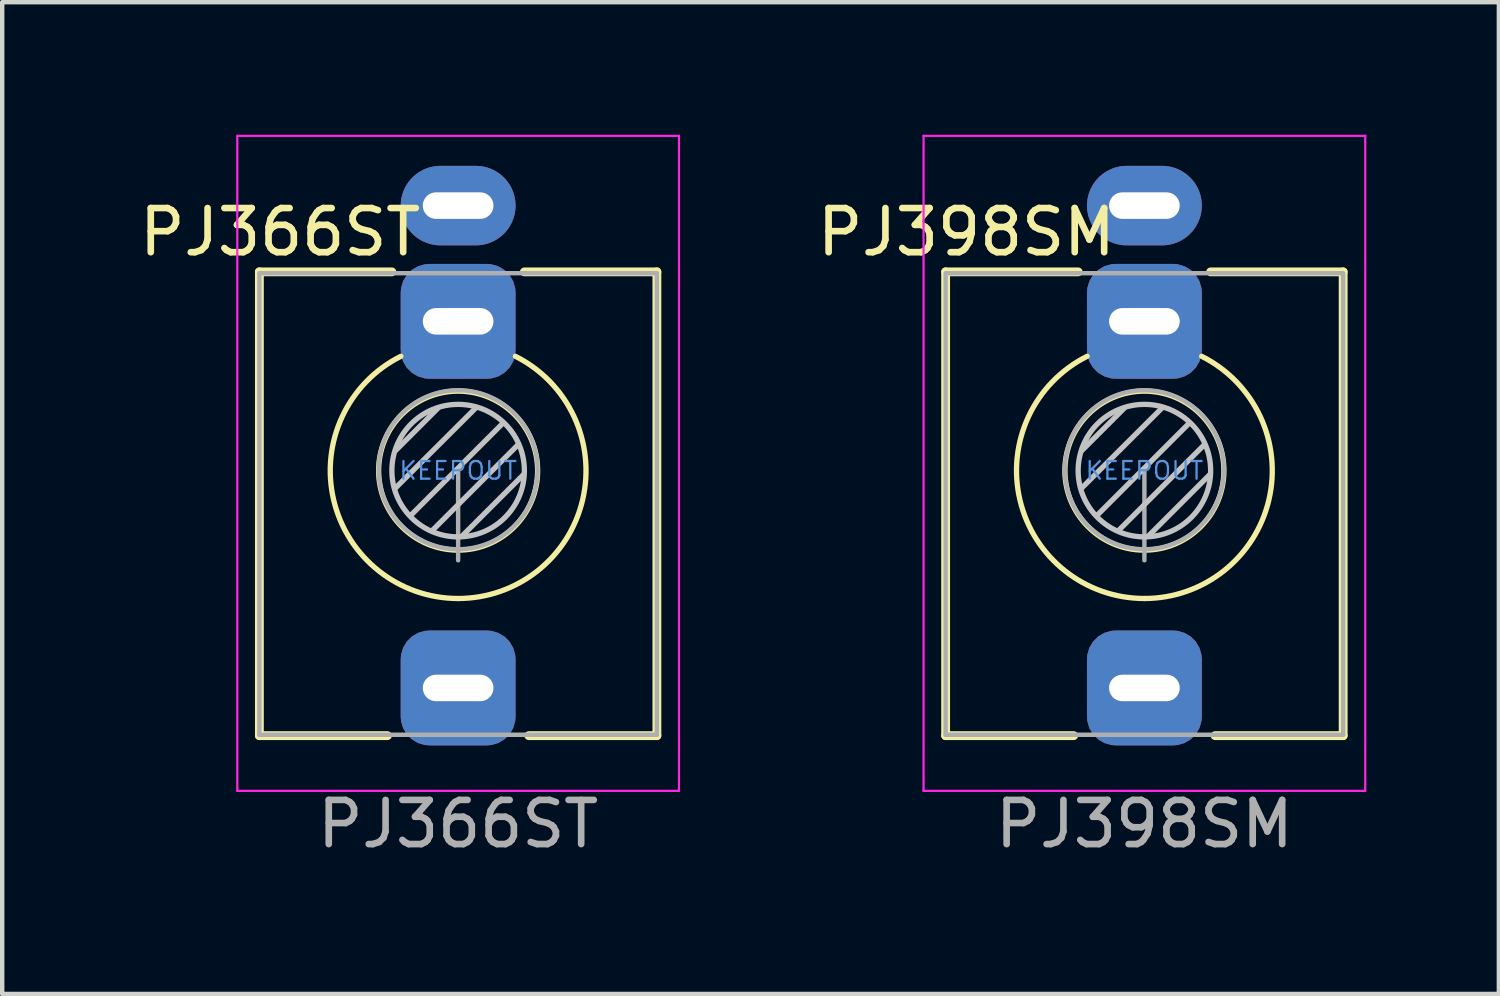
<source format=kicad_pcb>
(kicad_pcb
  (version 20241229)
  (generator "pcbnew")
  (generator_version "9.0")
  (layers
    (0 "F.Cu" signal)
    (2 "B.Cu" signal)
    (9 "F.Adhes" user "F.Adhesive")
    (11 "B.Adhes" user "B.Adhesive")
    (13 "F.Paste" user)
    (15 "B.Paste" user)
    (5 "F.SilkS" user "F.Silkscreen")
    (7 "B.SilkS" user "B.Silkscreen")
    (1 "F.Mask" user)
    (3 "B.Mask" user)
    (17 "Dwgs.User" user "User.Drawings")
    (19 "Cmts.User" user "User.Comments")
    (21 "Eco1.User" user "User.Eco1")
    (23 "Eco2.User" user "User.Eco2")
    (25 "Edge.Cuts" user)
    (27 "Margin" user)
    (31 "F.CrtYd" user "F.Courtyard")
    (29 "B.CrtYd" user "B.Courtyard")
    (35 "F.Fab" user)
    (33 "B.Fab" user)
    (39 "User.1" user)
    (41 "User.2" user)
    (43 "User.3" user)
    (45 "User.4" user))
  (footprint "PJ366ST"
    (layer "F.Cu")
    (at 7.322 7.605)
    (property "Reference" "PJ366ST" (at -4.03 -5.4 180) (layer "F.SilkS") (effects (font (size 1 1) (thickness 0.15))))
    (attr through_hole)
    (fp_line (start -4.5 -4.5) (end -4.5 6) (stroke (width 0.2) (type solid)) (layer "F.SilkS"))
    (fp_line (start -1.6 6) (end -4.5 6) (stroke (width 0.2) (type solid)) (layer "F.SilkS"))
    (fp_line (start -1.5 -4.5) (end -4.5 -4.5) (stroke (width 0.2) (type solid)) (layer "F.SilkS"))
    (fp_line (start 4.5 -4.5) (end 1.5 -4.5) (stroke (width 0.2) (type solid)) (layer "F.SilkS"))
    (fp_line (start 4.5 -4.5) (end 4.5 6) (stroke (width 0.2) (type solid)) (layer "F.SilkS"))
    (fp_line (start 4.5 6) (end 1.6 6) (stroke (width 0.2) (type solid)) (layer "F.SilkS"))
    (fp_arc (start 0 2.895) (mid -2.817353 0.665994) (end -1.296263 -2.588577) (stroke (width 0.12) (type solid)) (layer "F.SilkS"))
    (fp_arc (start 1.296263 -2.588577) (mid 2.817353 0.665994) (end 0 2.895) (stroke (width 0.12) (type solid)) (layer "F.SilkS"))
    (fp_circle (center 0 0) (end 1.8 0) (stroke (width 0.12) (type solid)) (fill no) (layer "F.SilkS"))
    (fp_line (start -1.42 0.395) (end 0.4 -1.42) (stroke (width 0.12) (type solid)) (layer "Dwgs.User"))
    (fp_line (start -1.41 -0.46) (end -0.46 -1.41) (stroke (width 0.12) (type solid)) (layer "Dwgs.User"))
    (fp_line (start -1.07 1.01) (end 1.01 -1.07) (stroke (width 0.12) (type solid)) (layer "Dwgs.User"))
    (fp_line (start -0.58 1.35) (end 1.36 -0.59) (stroke (width 0.12) (type solid)) (layer "Dwgs.User"))
    (fp_line (start 0.09 1.48) (end 1.48 0.09) (stroke (width 0.12) (type solid)) (layer "Dwgs.User"))
    (fp_circle (center 0 0) (end 1.5 0) (stroke (width 0.12) (type solid)) (fill no) (layer "Dwgs.User"))
    (fp_line (start -5 7.25) (end -5 -7.58) (stroke (width 0.05) (type solid)) (layer "F.CrtYd"))
    (fp_line (start 5 -7.58) (end -5 -7.58) (stroke (width 0.05) (type solid)) (layer "F.CrtYd"))
    (fp_line (start 5 7.25) (end -5 7.25) (stroke (width 0.05) (type solid)) (layer "F.CrtYd"))
    (fp_line (start 5 7.25) (end 5 -7.58) (stroke (width 0.05) (type solid)) (layer "F.CrtYd"))
    (fp_line (start -4.5 5.98) (end -4.5 -4.42) (stroke (width 0.1) (type solid)) (layer "F.Fab"))
    (fp_line (start 0 0) (end 0 2.03) (stroke (width 0.1) (type solid)) (layer "F.Fab"))
    (fp_line (start 4.5 -4.47) (end -4.5 -4.47) (stroke (width 0.1) (type solid)) (layer "F.Fab"))
    (fp_line (start 4.5 5.98) (end -4.5 5.98) (stroke (width 0.1) (type solid)) (layer "F.Fab"))
    (fp_line (start 4.5 5.98) (end 4.5 -4.42) (stroke (width 0.1) (type solid)) (layer "F.Fab"))
    (fp_circle (center 0 -0.02) (end 1.8 -0.02) (stroke (width 0.1) (type solid)) (fill no) (layer "F.Fab"))
    (fp_text user "KEEPOUT" (at 0 0 0) (layer "Cmts.User") (effects (font (size 0.4 0.4) (thickness 0.051))))
    (fp_text user "${REFERENCE}" (at 0 8 180) (layer "F.Fab") (effects (font (size 1 1) (thickness 0.15))))
    (pad "R" thru_hole roundrect (at 0 -3.38 180) (size 2.6 2.6) (drill oval 1.6 0.6) (layers "*.Cu" "*.Mask") (roundrect_rratio 0.25))
    (pad "S" thru_hole oval (at 0 -6 180) (size 2.6 1.8) (drill oval 1.6 0.6) (layers "*.Cu" "*.Mask"))
    (pad "T" thru_hole roundrect (at 0 4.92 180) (size 2.6 2.6) (drill oval 1.6 0.6) (layers "*.Cu" "*.Mask") (roundrect_rratio 0.25)))
  (footprint "PJ398SM"
    (layer "F.Cu")
    (at 22.859 7.605)
    (property "Reference" "PJ398SM" (at -4.03 -5.4 180) (layer "F.SilkS") (effects (font (size 1 1) (thickness 0.15))))
    (attr through_hole)
    (fp_line (start -4.5 -4.5) (end -4.5 6) (stroke (width 0.2) (type solid)) (layer "F.SilkS"))
    (fp_line (start -1.6 6) (end -4.5 6) (stroke (width 0.2) (type solid)) (layer "F.SilkS"))
    (fp_line (start -1.5 -4.5) (end -4.5 -4.5) (stroke (width 0.2) (type solid)) (layer "F.SilkS"))
    (fp_line (start 4.5 -4.5) (end 1.5 -4.5) (stroke (width 0.2) (type solid)) (layer "F.SilkS"))
    (fp_line (start 4.5 -4.5) (end 4.5 6) (stroke (width 0.2) (type solid)) (layer "F.SilkS"))
    (fp_line (start 4.5 6) (end 1.6 6) (stroke (width 0.2) (type solid)) (layer "F.SilkS"))
    (fp_arc (start 0 2.895) (mid -2.817353 0.665994) (end -1.296263 -2.588577) (stroke (width 0.12) (type solid)) (layer "F.SilkS"))
    (fp_arc (start 1.296263 -2.588577) (mid 2.817353 0.665994) (end 0 2.895) (stroke (width 0.12) (type solid)) (layer "F.SilkS"))
    (fp_circle (center 0 0) (end 1.8 0) (stroke (width 0.12) (type solid)) (fill no) (layer "F.SilkS"))
    (fp_line (start -1.42 0.395) (end 0.4 -1.42) (stroke (width 0.12) (type solid)) (layer "Dwgs.User"))
    (fp_line (start -1.41 -0.46) (end -0.46 -1.41) (stroke (width 0.12) (type solid)) (layer "Dwgs.User"))
    (fp_line (start -1.07 1.01) (end 1.01 -1.07) (stroke (width 0.12) (type solid)) (layer "Dwgs.User"))
    (fp_line (start -0.58 1.35) (end 1.36 -0.59) (stroke (width 0.12) (type solid)) (layer "Dwgs.User"))
    (fp_line (start 0.09 1.48) (end 1.48 0.09) (stroke (width 0.12) (type solid)) (layer "Dwgs.User"))
    (fp_circle (center 0 0) (end 1.5 0) (stroke (width 0.12) (type solid)) (fill no) (layer "Dwgs.User"))
    (fp_line (start -5 7.25) (end -5 -7.58) (stroke (width 0.05) (type solid)) (layer "F.CrtYd"))
    (fp_line (start 5 -7.58) (end -5 -7.58) (stroke (width 0.05) (type solid)) (layer "F.CrtYd"))
    (fp_line (start 5 7.25) (end -5 7.25) (stroke (width 0.05) (type solid)) (layer "F.CrtYd"))
    (fp_line (start 5 7.25) (end 5 -7.58) (stroke (width 0.05) (type solid)) (layer "F.CrtYd"))
    (fp_line (start -4.5 5.98) (end -4.5 -4.42) (stroke (width 0.1) (type solid)) (layer "F.Fab"))
    (fp_line (start 0 0) (end 0 2.03) (stroke (width 0.1) (type solid)) (layer "F.Fab"))
    (fp_line (start 4.5 -4.47) (end -4.5 -4.47) (stroke (width 0.1) (type solid)) (layer "F.Fab"))
    (fp_line (start 4.5 5.98) (end -4.5 5.98) (stroke (width 0.1) (type solid)) (layer "F.Fab"))
    (fp_line (start 4.5 5.98) (end 4.5 -4.42) (stroke (width 0.1) (type solid)) (layer "F.Fab"))
    (fp_circle (center 0 -0.02) (end 1.8 -0.02) (stroke (width 0.1) (type solid)) (fill no) (layer "F.Fab"))
    (fp_text user "KEEPOUT" (at 0 0 0) (layer "Cmts.User") (effects (font (size 0.4 0.4) (thickness 0.051))))
    (fp_text user "${REFERENCE}" (at 0 8 180) (layer "F.Fab") (effects (font (size 1 1) (thickness 0.15))))
    (pad "S" thru_hole oval (at 0 -6 180) (size 2.6 1.8) (drill oval 1.6 0.6) (layers "*.Cu" "*.Mask"))
    (pad "T" thru_hole roundrect (at 0 4.92 180) (size 2.6 2.6) (drill oval 1.6 0.6) (layers "*.Cu" "*.Mask") (roundrect_rratio 0.25))
    (pad "TN" thru_hole roundrect (at 0 -3.38 180) (size 2.6 2.6) (drill oval 1.6 0.6) (layers "*.Cu" "*.Mask") (roundrect_rratio 0.25)))
  (gr_rect
    (start -3 -3)
    (end 30.884 19.453)
    (stroke (width 0.1) (type default))
    (fill no)
    (layer "Edge.Cuts")))
</source>
